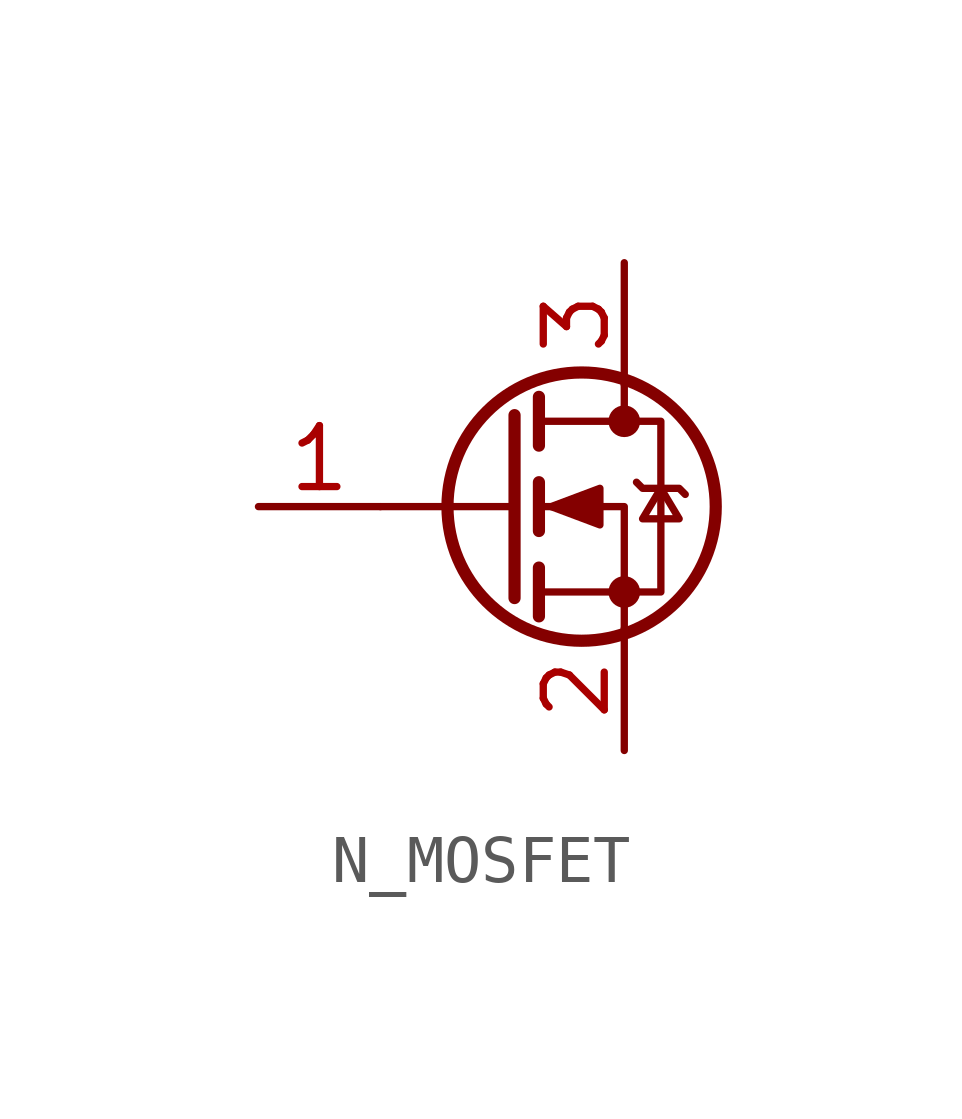
<source format=kicad_sym>
(kicad_symbol_lib
  (version 20211014)
  (generator kicad_symbol_editor)
  (symbol "N_MOSFET"
    (pin_names hide)
    (property "Reference" "Q"
      (at 6.35 15.24 0)
      (effects (font (size 1.27 1.27)) (justify left) hide))
    (symbol "N_MOSFET_0_1"
      (polyline (pts (xy 5.334 0) (xy 2.54 0)) (stroke (width 0) (type default) (color 0 0 0 0)) (fill (type none)))
      (polyline (pts (xy 5.334 1.905) (xy 5.334 -1.905)) (stroke (width 0.254) (type default) (color 0 0 0 0)) (fill (type none)))
      (polyline (pts (xy 5.842 -1.27) (xy 5.842 -2.286)) (stroke (width 0.254) (type default) (color 0 0 0 0)) (fill (type none)))
      (polyline (pts (xy 5.842 0.508) (xy 5.842 -0.508)) (stroke (width 0.254) (type default) (color 0 0 0 0)) (fill (type none)))
      (polyline (pts (xy 5.842 2.286) (xy 5.842 1.27)) (stroke (width 0.254) (type default) (color 0 0 0 0)) (fill (type none)))
      (polyline (pts (xy 7.62 2.54) (xy 7.62 1.778)) (stroke (width 0) (type default) (color 0 0 0 0)) (fill (type none)))
      (polyline (pts (xy 7.62 -2.54) (xy 7.62 0) (xy 5.842 0)) (stroke (width 0) (type default) (color 0 0 0 0)) (fill (type none)))
      (polyline (pts (xy 5.842 -1.778) (xy 8.382 -1.778) (xy 8.382 1.778) (xy 5.842 1.778)) (stroke (width 0) (type default) (color 0 0 0 0)) (fill (type none)))
      (polyline (pts (xy 6.096 0) (xy 7.112 0.381) (xy 7.112 -0.381) (xy 6.096 0)) (stroke (width 0) (type default) (color 0 0 0 0)) (fill (type outline)))
      (polyline (pts (xy 7.874 0.508) (xy 8.001 0.381) (xy 8.763 0.381) (xy 8.89 0.254)) (stroke (width 0) (type default) (color 0 0 0 0)) (fill (type none)))
      (polyline (pts (xy 8.382 0.381) (xy 8.001 -0.254) (xy 8.763 -0.254) (xy 8.382 0.381)) (stroke (width 0) (type default) (color 0 0 0 0)) (fill (type none)))
      (circle (center 6.731 0) (radius 2.794) (stroke (width 0.254) (type default) (color 0 0 0 0)) (fill (type none)))
      (circle (center 7.62 -1.778) (radius 0.254) (stroke (width 0) (type default) (color 0 0 0 0)) (fill (type outline)))
      (circle (center 7.62 1.778) (radius 0.254) (stroke (width 0) (type default) (color 0 0 0 0)) (fill (type outline))))
    (symbol "N_MOSFET_1_1"
      (pin passive line (at 0 0 0) (length 2.54) (name "G" (effects (font (size 1.27 1.27)))) (number "1" (effects (font (size 1.27 1.27)))))
      (pin passive line (at 7.62 -5.08 90) (length 2.54) (name "S" (effects (font (size 1.27 1.27)))) (number "2" (effects (font (size 1.27 1.27)))))
      (pin passive line (at 7.62 5.08 270) (length 2.54) (name "D" (effects (font (size 1.27 1.27)))) (number "3" (effects (font (size 1.27 1.27))))))))
</source>
